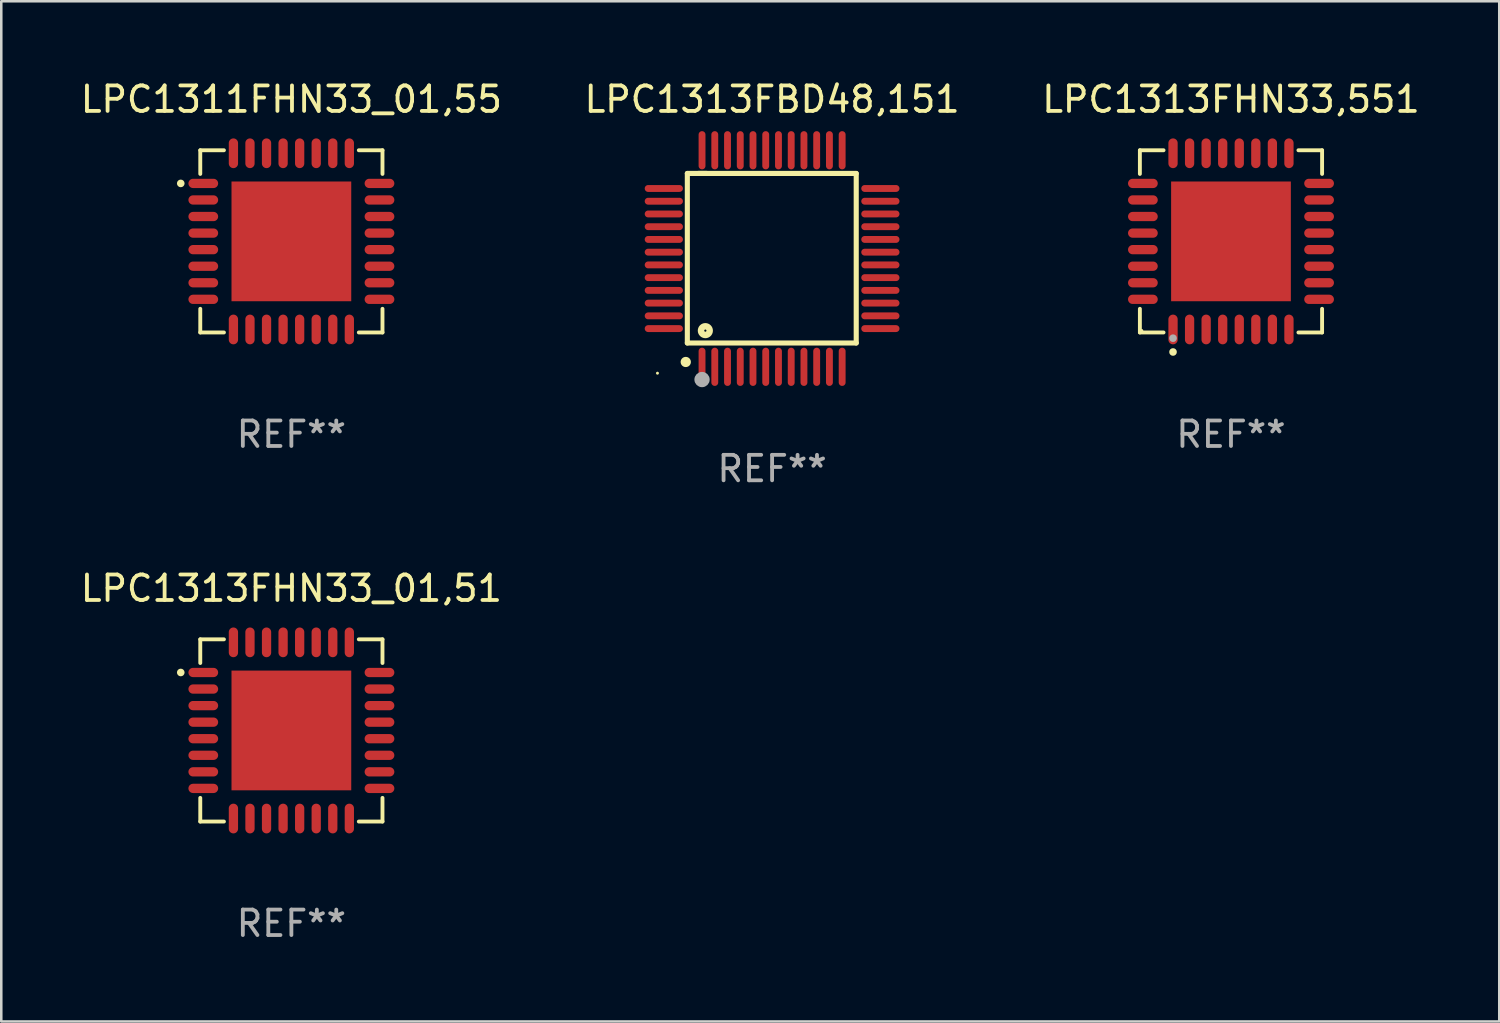
<source format=kicad_pcb>
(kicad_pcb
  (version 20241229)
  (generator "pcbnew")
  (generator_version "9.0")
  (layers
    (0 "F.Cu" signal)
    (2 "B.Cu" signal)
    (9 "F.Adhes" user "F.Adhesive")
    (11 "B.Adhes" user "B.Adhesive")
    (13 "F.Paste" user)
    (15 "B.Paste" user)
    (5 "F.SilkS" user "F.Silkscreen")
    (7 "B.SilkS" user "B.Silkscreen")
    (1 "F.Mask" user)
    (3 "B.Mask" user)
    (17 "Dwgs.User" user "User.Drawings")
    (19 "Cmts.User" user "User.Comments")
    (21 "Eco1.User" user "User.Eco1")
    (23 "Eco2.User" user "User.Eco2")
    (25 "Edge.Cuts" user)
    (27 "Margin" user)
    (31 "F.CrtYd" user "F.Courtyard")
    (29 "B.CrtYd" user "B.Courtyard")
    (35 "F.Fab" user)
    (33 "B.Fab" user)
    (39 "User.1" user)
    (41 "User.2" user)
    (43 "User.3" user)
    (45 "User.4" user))
  (footprint "LPC1313FHN33_01,51"
    (layer "F.Cu")
    (at 8.387 25.621)
    (property "Reference" "LPC1313FHN33_01,51" (at 0 -5.576 0) (layer "F.SilkS") (effects (font (size 1 1) (thickness 0.15))))
    (attr through_hole)
    (fp_line (start -3.576 -3.576) (end -3.576 -2.647) (stroke (width 0.152) (type solid)) (layer "F.SilkS"))
    (fp_line (start -3.576 3.576) (end -3.576 2.647) (stroke (width 0.152) (type solid)) (layer "F.SilkS"))
    (fp_line (start -2.647 -3.576) (end -3.576 -3.576) (stroke (width 0.152) (type solid)) (layer "F.SilkS"))
    (fp_line (start -2.647 3.576) (end -3.576 3.576) (stroke (width 0.152) (type solid)) (layer "F.SilkS"))
    (fp_line (start 2.647 -3.576) (end 3.576 -3.576) (stroke (width 0.152) (type solid)) (layer "F.SilkS"))
    (fp_line (start 2.647 3.576) (end 3.576 3.576) (stroke (width 0.152) (type solid)) (layer "F.SilkS"))
    (fp_line (start 3.576 -3.576) (end 3.576 -2.647) (stroke (width 0.152) (type solid)) (layer "F.SilkS"))
    (fp_line (start 3.576 3.576) (end 3.576 2.647) (stroke (width 0.152) (type solid)) (layer "F.SilkS"))
    (fp_circle (center -4.342 -2.275) (end -4.267 -2.275) (stroke (width 0.15) (type solid)) (fill no) (layer "F.SilkS"))
    (fp_text user "REF**" (at 0 7.576 0) (layer "F.Fab") (effects (font (size 1 1) (thickness 0.15))))
    (pad "1" smd oval (at -3.458 -2.275 270) (size 0.364 1.167) (layers "F.Cu" "F.Mask" "F.Paste"))
    (pad "2" smd oval (at -3.458 -1.625 270) (size 0.364 1.167) (layers "F.Cu" "F.Mask" "F.Paste"))
    (pad "3" smd oval (at -3.458 -0.975 270) (size 0.364 1.167) (layers "F.Cu" "F.Mask" "F.Paste"))
    (pad "4" smd oval (at -3.458 -0.325 270) (size 0.364 1.167) (layers "F.Cu" "F.Mask" "F.Paste"))
    (pad "5" smd oval (at -3.458 0.325 270) (size 0.364 1.167) (layers "F.Cu" "F.Mask" "F.Paste"))
    (pad "6" smd oval (at -3.458 0.975 270) (size 0.364 1.167) (layers "F.Cu" "F.Mask" "F.Paste"))
    (pad "7" smd oval (at -3.458 1.625 270) (size 0.364 1.167) (layers "F.Cu" "F.Mask" "F.Paste"))
    (pad "8" smd oval (at -3.458 2.275 270) (size 0.364 1.167) (layers "F.Cu" "F.Mask" "F.Paste"))
    (pad "9" smd oval (at -2.275 3.458 270) (size 1.167 0.364) (layers "F.Cu" "F.Mask" "F.Paste"))
    (pad "10" smd oval (at -1.625 3.458 270) (size 1.167 0.364) (layers "F.Cu" "F.Mask" "F.Paste"))
    (pad "11" smd oval (at -0.975 3.458 270) (size 1.167 0.364) (layers "F.Cu" "F.Mask" "F.Paste"))
    (pad "12" smd oval (at -0.325 3.458 270) (size 1.167 0.364) (layers "F.Cu" "F.Mask" "F.Paste"))
    (pad "13" smd oval (at 0.325 3.458 270) (size 1.167 0.364) (layers "F.Cu" "F.Mask" "F.Paste"))
    (pad "14" smd oval (at 0.975 3.458 270) (size 1.167 0.364) (layers "F.Cu" "F.Mask" "F.Paste"))
    (pad "15" smd oval (at 1.625 3.458 270) (size 1.167 0.364) (layers "F.Cu" "F.Mask" "F.Paste"))
    (pad "16" smd oval (at 2.275 3.458 270) (size 1.167 0.364) (layers "F.Cu" "F.Mask" "F.Paste"))
    (pad "17" smd oval (at 3.458 2.275 270) (size 0.364 1.167) (layers "F.Cu" "F.Mask" "F.Paste"))
    (pad "18" smd oval (at 3.458 1.625 270) (size 0.364 1.167) (layers "F.Cu" "F.Mask" "F.Paste"))
    (pad "19" smd oval (at 3.458 0.975 270) (size 0.364 1.167) (layers "F.Cu" "F.Mask" "F.Paste"))
    (pad "20" smd oval (at 3.458 0.325 270) (size 0.364 1.167) (layers "F.Cu" "F.Mask" "F.Paste"))
    (pad "21" smd oval (at 3.458 -0.325 270) (size 0.364 1.167) (layers "F.Cu" "F.Mask" "F.Paste"))
    (pad "22" smd oval (at 3.458 -0.975 270) (size 0.364 1.167) (layers "F.Cu" "F.Mask" "F.Paste"))
    (pad "23" smd oval (at 3.458 -1.625 270) (size 0.364 1.167) (layers "F.Cu" "F.Mask" "F.Paste"))
    (pad "24" smd oval (at 3.458 -2.275 270) (size 0.364 1.167) (layers "F.Cu" "F.Mask" "F.Paste"))
    (pad "25" smd oval (at 2.275 -3.458 270) (size 1.167 0.364) (layers "F.Cu" "F.Mask" "F.Paste"))
    (pad "26" smd oval (at 1.625 -3.458 270) (size 1.167 0.364) (layers "F.Cu" "F.Mask" "F.Paste"))
    (pad "27" smd oval (at 0.975 -3.458 270) (size 1.167 0.364) (layers "F.Cu" "F.Mask" "F.Paste"))
    (pad "28" smd oval (at 0.325 -3.458 270) (size 1.167 0.364) (layers "F.Cu" "F.Mask" "F.Paste"))
    (pad "29" smd oval (at -0.325 -3.458 270) (size 1.167 0.364) (layers "F.Cu" "F.Mask" "F.Paste"))
    (pad "30" smd oval (at -0.975 -3.458 270) (size 1.167 0.364) (layers "F.Cu" "F.Mask" "F.Paste"))
    (pad "31" smd oval (at -1.625 -3.458 270) (size 1.167 0.364) (layers "F.Cu" "F.Mask" "F.Paste"))
    (pad "32" smd oval (at -2.275 -3.458 270) (size 1.167 0.364) (layers "F.Cu" "F.Mask" "F.Paste"))
    (pad "33" smd rect (at 0 0 270) (size 4.7 4.7) (layers "F.Cu" "F.Mask" "F.Paste")))
  (footprint "LPC1313FHN33,551"
    (layer "F.Cu")
    (at 45.268 6.424)
    (property "Reference" "LPC1313FHN33,551" (at 0 -5.576 0) (layer "F.SilkS") (effects (font (size 1 1) (thickness 0.15))))
    (attr through_hole)
    (fp_line (start -3.576 -3.576) (end -2.647 -3.576) (stroke (width 0.152) (type solid)) (layer "F.SilkS"))
    (fp_line (start -3.576 -2.647) (end -3.576 -3.576) (stroke (width 0.152) (type solid)) (layer "F.SilkS"))
    (fp_line (start -3.576 2.647) (end -3.576 3.576) (stroke (width 0.152) (type solid)) (layer "F.SilkS"))
    (fp_line (start -3.576 3.576) (end -2.647 3.576) (stroke (width 0.152) (type solid)) (layer "F.SilkS"))
    (fp_line (start 3.576 -3.576) (end 2.647 -3.576) (stroke (width 0.152) (type solid)) (layer "F.SilkS"))
    (fp_line (start 3.576 -2.647) (end 3.576 -3.576) (stroke (width 0.152) (type solid)) (layer "F.SilkS"))
    (fp_line (start 3.576 2.647) (end 3.576 3.576) (stroke (width 0.152) (type solid)) (layer "F.SilkS"))
    (fp_line (start 3.576 3.576) (end 2.647 3.576) (stroke (width 0.152) (type solid)) (layer "F.SilkS"))
    (fp_circle (center -3.5 3.5) (end -3.47 3.5) (stroke (width 0.06) (type solid)) (fill no) (layer "F.SilkS"))
    (fp_circle (center -2.275 4.342) (end -2.2 4.342) (stroke (width 0.15) (type solid)) (fill no) (layer "F.SilkS"))
    (fp_circle (center -2.275 3.8) (end -2.2 3.8) (stroke (width 0.15) (type solid)) (fill no) (layer "F.Fab"))
    (fp_text user "REF**" (at 0 7.576 0) (layer "F.Fab") (effects (font (size 1 1) (thickness 0.15))))
    (pad "1" smd oval (at -2.275 3.458) (size 0.364 1.167) (layers "F.Cu" "F.Mask" "F.Paste"))
    (pad "2" smd oval (at -1.625 3.458) (size 0.364 1.167) (layers "F.Cu" "F.Mask" "F.Paste"))
    (pad "3" smd oval (at -0.975 3.458) (size 0.364 1.167) (layers "F.Cu" "F.Mask" "F.Paste"))
    (pad "4" smd oval (at -0.325 3.458) (size 0.364 1.167) (layers "F.Cu" "F.Mask" "F.Paste"))
    (pad "5" smd oval (at 0.325 3.458) (size 0.364 1.167) (layers "F.Cu" "F.Mask" "F.Paste"))
    (pad "6" smd oval (at 0.975 3.458) (size 0.364 1.167) (layers "F.Cu" "F.Mask" "F.Paste"))
    (pad "7" smd oval (at 1.625 3.458) (size 0.364 1.167) (layers "F.Cu" "F.Mask" "F.Paste"))
    (pad "8" smd oval (at 2.275 3.458) (size 0.364 1.167) (layers "F.Cu" "F.Mask" "F.Paste"))
    (pad "9" smd oval (at 3.458 2.275) (size 1.167 0.364) (layers "F.Cu" "F.Mask" "F.Paste"))
    (pad "10" smd oval (at 3.458 1.625) (size 1.167 0.364) (layers "F.Cu" "F.Mask" "F.Paste"))
    (pad "11" smd oval (at 3.458 0.975) (size 1.167 0.364) (layers "F.Cu" "F.Mask" "F.Paste"))
    (pad "12" smd oval (at 3.458 0.325) (size 1.167 0.364) (layers "F.Cu" "F.Mask" "F.Paste"))
    (pad "13" smd oval (at 3.458 -0.325) (size 1.167 0.364) (layers "F.Cu" "F.Mask" "F.Paste"))
    (pad "14" smd oval (at 3.458 -0.975) (size 1.167 0.364) (layers "F.Cu" "F.Mask" "F.Paste"))
    (pad "15" smd oval (at 3.458 -1.625) (size 1.167 0.364) (layers "F.Cu" "F.Mask" "F.Paste"))
    (pad "16" smd oval (at 3.458 -2.275) (size 1.167 0.364) (layers "F.Cu" "F.Mask" "F.Paste"))
    (pad "17" smd oval (at 2.275 -3.458) (size 0.364 1.167) (layers "F.Cu" "F.Mask" "F.Paste"))
    (pad "18" smd oval (at 1.625 -3.458) (size 0.364 1.167) (layers "F.Cu" "F.Mask" "F.Paste"))
    (pad "19" smd oval (at 0.975 -3.458) (size 0.364 1.167) (layers "F.Cu" "F.Mask" "F.Paste"))
    (pad "20" smd oval (at 0.325 -3.458) (size 0.364 1.167) (layers "F.Cu" "F.Mask" "F.Paste"))
    (pad "21" smd oval (at -0.325 -3.458) (size 0.364 1.167) (layers "F.Cu" "F.Mask" "F.Paste"))
    (pad "22" smd oval (at -0.975 -3.458) (size 0.364 1.167) (layers "F.Cu" "F.Mask" "F.Paste"))
    (pad "23" smd oval (at -1.625 -3.458) (size 0.364 1.167) (layers "F.Cu" "F.Mask" "F.Paste"))
    (pad "24" smd oval (at -2.275 -3.458) (size 0.364 1.167) (layers "F.Cu" "F.Mask" "F.Paste"))
    (pad "25" smd oval (at -3.458 -2.275) (size 1.167 0.364) (layers "F.Cu" "F.Mask" "F.Paste"))
    (pad "26" smd oval (at -3.458 -1.625) (size 1.167 0.364) (layers "F.Cu" "F.Mask" "F.Paste"))
    (pad "27" smd oval (at -3.458 -0.975) (size 1.167 0.364) (layers "F.Cu" "F.Mask" "F.Paste"))
    (pad "28" smd oval (at -3.458 -0.325) (size 1.167 0.364) (layers "F.Cu" "F.Mask" "F.Paste"))
    (pad "29" smd oval (at -3.458 0.325) (size 1.167 0.364) (layers "F.Cu" "F.Mask" "F.Paste"))
    (pad "30" smd oval (at -3.458 0.975) (size 1.167 0.364) (layers "F.Cu" "F.Mask" "F.Paste"))
    (pad "31" smd oval (at -3.458 1.625) (size 1.167 0.364) (layers "F.Cu" "F.Mask" "F.Paste"))
    (pad "32" smd oval (at -3.458 2.275) (size 1.167 0.364) (layers "F.Cu" "F.Mask" "F.Paste"))
    (pad "33" smd rect (at 0 0) (size 4.7 4.7) (layers "F.Cu" "F.Mask" "F.Paste")))
  (footprint "LPC1311FHN33_01,55"
    (layer "F.Cu")
    (at 8.387 6.424)
    (property "Reference" "LPC1311FHN33_01,55" (at 0 -5.576 0) (layer "F.SilkS") (effects (font (size 1 1) (thickness 0.15))))
    (attr through_hole)
    (fp_line (start -3.576 -3.576) (end -3.576 -2.647) (stroke (width 0.152) (type solid)) (layer "F.SilkS"))
    (fp_line (start -3.576 3.576) (end -3.576 2.647) (stroke (width 0.152) (type solid)) (layer "F.SilkS"))
    (fp_line (start -2.647 -3.576) (end -3.576 -3.576) (stroke (width 0.152) (type solid)) (layer "F.SilkS"))
    (fp_line (start -2.647 3.576) (end -3.576 3.576) (stroke (width 0.152) (type solid)) (layer "F.SilkS"))
    (fp_line (start 2.647 -3.576) (end 3.576 -3.576) (stroke (width 0.152) (type solid)) (layer "F.SilkS"))
    (fp_line (start 2.647 3.576) (end 3.576 3.576) (stroke (width 0.152) (type solid)) (layer "F.SilkS"))
    (fp_line (start 3.576 -3.576) (end 3.576 -2.647) (stroke (width 0.152) (type solid)) (layer "F.SilkS"))
    (fp_line (start 3.576 3.576) (end 3.576 2.647) (stroke (width 0.152) (type solid)) (layer "F.SilkS"))
    (fp_circle (center -4.342 -2.275) (end -4.267 -2.275) (stroke (width 0.15) (type solid)) (fill no) (layer "F.SilkS"))
    (fp_text user "REF**" (at 0 7.576 0) (layer "F.Fab") (effects (font (size 1 1) (thickness 0.15))))
    (pad "1" smd oval (at -3.458 -2.275 270) (size 0.364 1.167) (layers "F.Cu" "F.Mask" "F.Paste"))
    (pad "2" smd oval (at -3.458 -1.625 270) (size 0.364 1.167) (layers "F.Cu" "F.Mask" "F.Paste"))
    (pad "3" smd oval (at -3.458 -0.975 270) (size 0.364 1.167) (layers "F.Cu" "F.Mask" "F.Paste"))
    (pad "4" smd oval (at -3.458 -0.325 270) (size 0.364 1.167) (layers "F.Cu" "F.Mask" "F.Paste"))
    (pad "5" smd oval (at -3.458 0.325 270) (size 0.364 1.167) (layers "F.Cu" "F.Mask" "F.Paste"))
    (pad "6" smd oval (at -3.458 0.975 270) (size 0.364 1.167) (layers "F.Cu" "F.Mask" "F.Paste"))
    (pad "7" smd oval (at -3.458 1.625 270) (size 0.364 1.167) (layers "F.Cu" "F.Mask" "F.Paste"))
    (pad "8" smd oval (at -3.458 2.275 270) (size 0.364 1.167) (layers "F.Cu" "F.Mask" "F.Paste"))
    (pad "9" smd oval (at -2.275 3.458 270) (size 1.167 0.364) (layers "F.Cu" "F.Mask" "F.Paste"))
    (pad "10" smd oval (at -1.625 3.458 270) (size 1.167 0.364) (layers "F.Cu" "F.Mask" "F.Paste"))
    (pad "11" smd oval (at -0.975 3.458 270) (size 1.167 0.364) (layers "F.Cu" "F.Mask" "F.Paste"))
    (pad "12" smd oval (at -0.325 3.458 270) (size 1.167 0.364) (layers "F.Cu" "F.Mask" "F.Paste"))
    (pad "13" smd oval (at 0.325 3.458 270) (size 1.167 0.364) (layers "F.Cu" "F.Mask" "F.Paste"))
    (pad "14" smd oval (at 0.975 3.458 270) (size 1.167 0.364) (layers "F.Cu" "F.Mask" "F.Paste"))
    (pad "15" smd oval (at 1.625 3.458 270) (size 1.167 0.364) (layers "F.Cu" "F.Mask" "F.Paste"))
    (pad "16" smd oval (at 2.275 3.458 270) (size 1.167 0.364) (layers "F.Cu" "F.Mask" "F.Paste"))
    (pad "17" smd oval (at 3.458 2.275 270) (size 0.364 1.167) (layers "F.Cu" "F.Mask" "F.Paste"))
    (pad "18" smd oval (at 3.458 1.625 270) (size 0.364 1.167) (layers "F.Cu" "F.Mask" "F.Paste"))
    (pad "19" smd oval (at 3.458 0.975 270) (size 0.364 1.167) (layers "F.Cu" "F.Mask" "F.Paste"))
    (pad "20" smd oval (at 3.458 0.325 270) (size 0.364 1.167) (layers "F.Cu" "F.Mask" "F.Paste"))
    (pad "21" smd oval (at 3.458 -0.325 270) (size 0.364 1.167) (layers "F.Cu" "F.Mask" "F.Paste"))
    (pad "22" smd oval (at 3.458 -0.975 270) (size 0.364 1.167) (layers "F.Cu" "F.Mask" "F.Paste"))
    (pad "23" smd oval (at 3.458 -1.625 270) (size 0.364 1.167) (layers "F.Cu" "F.Mask" "F.Paste"))
    (pad "24" smd oval (at 3.458 -2.275 270) (size 0.364 1.167) (layers "F.Cu" "F.Mask" "F.Paste"))
    (pad "25" smd oval (at 2.275 -3.458 270) (size 1.167 0.364) (layers "F.Cu" "F.Mask" "F.Paste"))
    (pad "26" smd oval (at 1.625 -3.458 270) (size 1.167 0.364) (layers "F.Cu" "F.Mask" "F.Paste"))
    (pad "27" smd oval (at 0.975 -3.458 270) (size 1.167 0.364) (layers "F.Cu" "F.Mask" "F.Paste"))
    (pad "28" smd oval (at 0.325 -3.458 270) (size 1.167 0.364) (layers "F.Cu" "F.Mask" "F.Paste"))
    (pad "29" smd oval (at -0.325 -3.458 270) (size 1.167 0.364) (layers "F.Cu" "F.Mask" "F.Paste"))
    (pad "30" smd oval (at -0.975 -3.458 270) (size 1.167 0.364) (layers "F.Cu" "F.Mask" "F.Paste"))
    (pad "31" smd oval (at -1.625 -3.458 270) (size 1.167 0.364) (layers "F.Cu" "F.Mask" "F.Paste"))
    (pad "32" smd oval (at -2.275 -3.458 270) (size 1.167 0.364) (layers "F.Cu" "F.Mask" "F.Paste"))
    (pad "33" smd rect (at 0 0 270) (size 4.7 4.7) (layers "F.Cu" "F.Mask" "F.Paste")))
  (footprint "LPC1313FBD48,151"
    (layer "F.Cu")
    (at 27.256 7.098)
    (property "Reference" "LPC1313FBD48,151" (at 0 -6.25 0) (layer "F.SilkS") (effects (font (size 1 1) (thickness 0.15))))
    (attr through_hole)
    (fp_line (start -3.327 -3.34) (end -2.565 -3.34) (stroke (width 0.2) (type solid)) (layer "F.SilkS"))
    (fp_line (start -3.327 3.315) (end -3.327 -3.34) (stroke (width 0.2) (type solid)) (layer "F.SilkS"))
    (fp_line (start -2.896 -3.34) (end 3.302 -3.34) (stroke (width 0.2) (type solid)) (layer "F.SilkS"))
    (fp_line (start 3.302 -3.34) (end 3.302 3.315) (stroke (width 0.2) (type solid)) (layer "F.SilkS"))
    (fp_line (start 3.302 3.315) (end -3.327 3.315) (stroke (width 0.2) (type solid)) (layer "F.SilkS"))
    (fp_arc (start -3.389992 4.059995) (mid -3.388722 4.059991) (end -3.387452 4.059995) (stroke (width 0.4) (type solid)) (layer "F.SilkS"))
    (fp_circle (center -4.5 4.5) (end -4.47 4.5) (stroke (width 0.06) (type solid)) (fill no) (layer "F.SilkS"))
    (fp_circle (center -2.62 2.83) (end -2.45 2.83) (stroke (width 0.254) (type solid)) (fill no) (layer "F.SilkS"))
    (fp_circle (center -2.75 4.75) (end -2.6 4.75) (stroke (width 0.3) (type solid)) (fill no) (layer "F.Fab"))
    (fp_text user "REF**" (at 0 8.25 0) (layer "F.Fab") (effects (font (size 1 1) (thickness 0.15))))
    (pad "1" smd oval (at -2.75 4.25) (size 0.27 1.5) (layers "F.Cu" "F.Mask" "F.Paste"))
    (pad "2" smd oval (at -2.25 4.25) (size 0.27 1.5) (layers "F.Cu" "F.Mask" "F.Paste"))
    (pad "3" smd oval (at -1.75 4.25) (size 0.27 1.5) (layers "F.Cu" "F.Mask" "F.Paste"))
    (pad "4" smd oval (at -1.25 4.25) (size 0.27 1.5) (layers "F.Cu" "F.Mask" "F.Paste"))
    (pad "5" smd oval (at -0.75 4.25) (size 0.27 1.5) (layers "F.Cu" "F.Mask" "F.Paste"))
    (pad "6" smd oval (at -0.25 4.25) (size 0.27 1.5) (layers "F.Cu" "F.Mask" "F.Paste"))
    (pad "7" smd oval (at 0.25 4.25) (size 0.27 1.5) (layers "F.Cu" "F.Mask" "F.Paste"))
    (pad "8" smd oval (at 0.75 4.25) (size 0.27 1.5) (layers "F.Cu" "F.Mask" "F.Paste"))
    (pad "9" smd oval (at 1.25 4.25) (size 0.27 1.5) (layers "F.Cu" "F.Mask" "F.Paste"))
    (pad "10" smd oval (at 1.75 4.25) (size 0.27 1.5) (layers "F.Cu" "F.Mask" "F.Paste"))
    (pad "11" smd oval (at 2.25 4.25) (size 0.27 1.5) (layers "F.Cu" "F.Mask" "F.Paste"))
    (pad "12" smd oval (at 2.75 4.25) (size 0.27 1.5) (layers "F.Cu" "F.Mask" "F.Paste"))
    (pad "13" smd oval (at 4.25 2.75) (size 1.5 0.27) (layers "F.Cu" "F.Mask" "F.Paste"))
    (pad "14" smd oval (at 4.25 2.25) (size 1.5 0.27) (layers "F.Cu" "F.Mask" "F.Paste"))
    (pad "15" smd oval (at 4.25 1.75) (size 1.5 0.27) (layers "F.Cu" "F.Mask" "F.Paste"))
    (pad "16" smd oval (at 4.25 1.25) (size 1.5 0.27) (layers "F.Cu" "F.Mask" "F.Paste"))
    (pad "17" smd oval (at 4.25 0.75) (size 1.5 0.27) (layers "F.Cu" "F.Mask" "F.Paste"))
    (pad "18" smd oval (at 4.25 0.25) (size 1.5 0.27) (layers "F.Cu" "F.Mask" "F.Paste"))
    (pad "19" smd oval (at 4.25 -0.25) (size 1.5 0.27) (layers "F.Cu" "F.Mask" "F.Paste"))
    (pad "20" smd oval (at 4.25 -0.75) (size 1.5 0.27) (layers "F.Cu" "F.Mask" "F.Paste"))
    (pad "21" smd oval (at 4.25 -1.25) (size 1.5 0.27) (layers "F.Cu" "F.Mask" "F.Paste"))
    (pad "22" smd oval (at 4.25 -1.75) (size 1.5 0.27) (layers "F.Cu" "F.Mask" "F.Paste"))
    (pad "23" smd oval (at 4.25 -2.25) (size 1.5 0.27) (layers "F.Cu" "F.Mask" "F.Paste"))
    (pad "24" smd oval (at 4.25 -2.75) (size 1.5 0.27) (layers "F.Cu" "F.Mask" "F.Paste"))
    (pad "25" smd oval (at 2.75 -4.25) (size 0.27 1.5) (layers "F.Cu" "F.Mask" "F.Paste"))
    (pad "26" smd oval (at 2.25 -4.25) (size 0.27 1.5) (layers "F.Cu" "F.Mask" "F.Paste"))
    (pad "27" smd oval (at 1.75 -4.25) (size 0.27 1.5) (layers "F.Cu" "F.Mask" "F.Paste"))
    (pad "28" smd oval (at 1.25 -4.25) (size 0.27 1.5) (layers "F.Cu" "F.Mask" "F.Paste"))
    (pad "29" smd oval (at 0.75 -4.25) (size 0.27 1.5) (layers "F.Cu" "F.Mask" "F.Paste"))
    (pad "30" smd oval (at 0.25 -4.25) (size 0.27 1.5) (layers "F.Cu" "F.Mask" "F.Paste"))
    (pad "31" smd oval (at -0.25 -4.25) (size 0.27 1.5) (layers "F.Cu" "F.Mask" "F.Paste"))
    (pad "32" smd oval (at -0.75 -4.25) (size 0.27 1.5) (layers "F.Cu" "F.Mask" "F.Paste"))
    (pad "33" smd oval (at -1.25 -4.25) (size 0.27 1.5) (layers "F.Cu" "F.Mask" "F.Paste"))
    (pad "34" smd oval (at -1.75 -4.25) (size 0.27 1.5) (layers "F.Cu" "F.Mask" "F.Paste"))
    (pad "35" smd oval (at -2.25 -4.25) (size 0.27 1.5) (layers "F.Cu" "F.Mask" "F.Paste"))
    (pad "36" smd oval (at -2.75 -4.25) (size 0.27 1.5) (layers "F.Cu" "F.Mask" "F.Paste"))
    (pad "37" smd oval (at -4.25 -2.75) (size 1.5 0.27) (layers "F.Cu" "F.Mask" "F.Paste"))
    (pad "38" smd oval (at -4.25 -2.25) (size 1.5 0.27) (layers "F.Cu" "F.Mask" "F.Paste"))
    (pad "39" smd oval (at -4.25 -1.75) (size 1.5 0.27) (layers "F.Cu" "F.Mask" "F.Paste"))
    (pad "40" smd oval (at -4.25 -1.25) (size 1.5 0.27) (layers "F.Cu" "F.Mask" "F.Paste"))
    (pad "41" smd oval (at -4.25 -0.75) (size 1.5 0.27) (layers "F.Cu" "F.Mask" "F.Paste"))
    (pad "42" smd oval (at -4.25 -0.25) (size 1.5 0.27) (layers "F.Cu" "F.Mask" "F.Paste"))
    (pad "43" smd oval (at -4.25 0.25) (size 1.5 0.27) (layers "F.Cu" "F.Mask" "F.Paste"))
    (pad "44" smd oval (at -4.25 0.75) (size 1.5 0.27) (layers "F.Cu" "F.Mask" "F.Paste"))
    (pad "45" smd oval (at -4.25 1.25) (size 1.5 0.27) (layers "F.Cu" "F.Mask" "F.Paste"))
    (pad "46" smd oval (at -4.25 1.75) (size 1.5 0.27) (layers "F.Cu" "F.Mask" "F.Paste"))
    (pad "47" smd oval (at -4.25 2.25) (size 1.5 0.27) (layers "F.Cu" "F.Mask" "F.Paste"))
    (pad "48" smd oval (at -4.25 2.75) (size 1.5 0.27) (layers "F.Cu" "F.Mask" "F.Paste")))
  (gr_rect
    (start -3 -3)
    (end 55.798 37.045)
    (stroke (width 0.1) (type default))
    (fill no)
    (layer "Edge.Cuts")))
</source>
